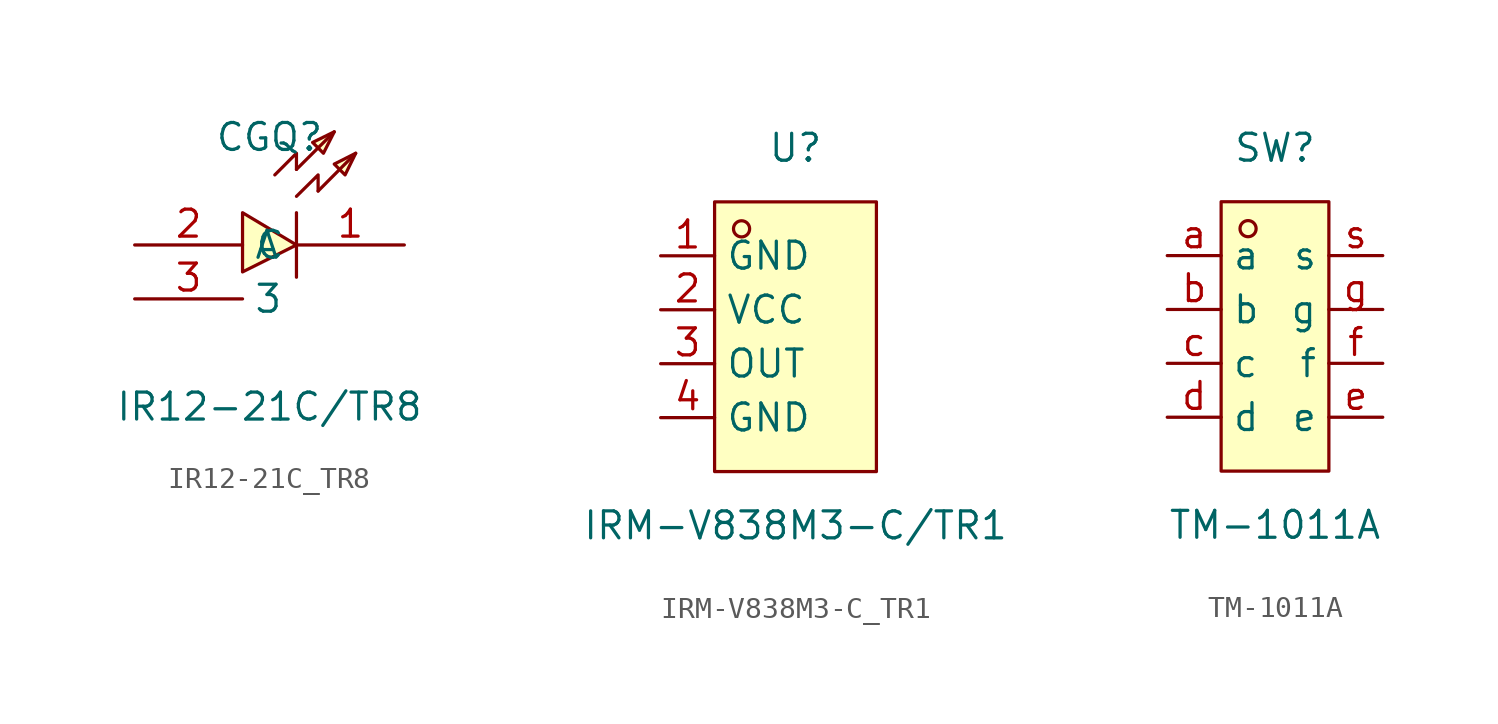
<source format=kicad_sym>
(kicad_symbol_lib
  (version 20211014)
  (generator https://github.com/uPesy/easyeda2kicad.py)
  (symbol "IR12-21C_TR8"
    (property "Reference" "CGQ"
      (at 0 3.81 0)
      (effects (font (size 1.27 1.27))))
    (property "Value" "IR12-21C/TR8"
      (at 0 -8.89 0)
      (effects (font (size 1.27 1.27))))
    (symbol "IR12-21C_TR8_0_1"
      (polyline (pts (xy 2.29 1.27) (xy 4.06 3.05)) (stroke (width 0) (type default) (color 0 0 0 0)) (fill (type none)))
      (polyline (pts (xy 1.27 2.29) (xy 3.05 4.06)) (stroke (width 0) (type default) (color 0 0 0 0)) (fill (type none)))
      (polyline (pts (xy 1.27 0.25) (xy 1.27 -2.79)) (stroke (width 0) (type default) (color 0 0 0 0)) (fill (type none)))
      (polyline (pts (xy 1.27 2.29) (xy 1.27 3.05) (xy 0.25 2.03)) (stroke (width 0) (type default) (color 0 0 0 0)) (fill (type none)))
      (polyline (pts (xy 2.29 1.27) (xy 2.29 2.03) (xy 1.27 1.02)) (stroke (width 0) (type default) (color 0 0 0 0)) (fill (type none)))
      (polyline (pts (xy -1.27 -2.54) (xy 1.27 -1.27) (xy -1.27 0.25) (xy -1.27 -2.54)) (stroke (width 0) (type default) (color 0 0 0 0)) (fill (type background)))
      (polyline (pts (xy 4.06 3.05) (xy 3.05 2.54) (xy 3.56 2.03) (xy 4.06 3.05)) (stroke (width 0) (type default) (color 0 0 0 0)) (fill (type background)))
      (polyline (pts (xy 3.05 4.06) (xy 2.03 3.56) (xy 2.54 3.05) (xy 3.05 4.06)) (stroke (width 0) (type default) (color 0 0 0 0)) (fill (type background)))
      (pin input line (at -6.35 -1.27 0) (length 5.08) (name "A" (effects (font (size 1.27 1.27)))) (number "2" (effects (font (size 1.27 1.27)))))
      (pin input line (at 6.35 -1.27 180) (length 5.08) (name "C" (effects (font (size 1.27 1.27)))) (number "1" (effects (font (size 1.27 1.27)))))
      (pin input line (at -6.35 -3.81 0) (length 5.08) (name "3" (effects (font (size 1.27 1.27)))) (number "3" (effects (font (size 1.27 1.27)))))))
  (symbol "IRM-V838M3-C_TR1"
    (property "Reference" "U"
      (at 0 8.89 0)
      (effects (font (size 1.27 1.27))))
    (property "Value" "IRM-V838M3-C/TR1"
      (at 0 -8.89 0)
      (effects (font (size 1.27 1.27))))
    (symbol "IRM-V838M3-C_TR1_0_1"
      (rectangle (start -3.81 6.35) (end 3.81 -6.35) (stroke (width 0) (type default) (color 0 0 0 0)) (fill (type background)))
      (circle (center -2.54 5.08) (radius 0.38) (stroke (width 0) (type default) (color 0 0 0 0)) (fill (type none)))
      (pin unspecified line (at -6.35 3.81 0) (length 2.54) (name "GND" (effects (font (size 1.27 1.27)))) (number "1" (effects (font (size 1.27 1.27)))))
      (pin unspecified line (at -6.35 1.27 0) (length 2.54) (name "VCC" (effects (font (size 1.27 1.27)))) (number "2" (effects (font (size 1.27 1.27)))))
      (pin unspecified line (at -6.35 -1.27 0) (length 2.54) (name "OUT" (effects (font (size 1.27 1.27)))) (number "3" (effects (font (size 1.27 1.27)))))
      (pin unspecified line (at -6.35 -3.81 0) (length 2.54) (name "GND" (effects (font (size 1.27 1.27)))) (number "4" (effects (font (size 1.27 1.27)))))))
  (symbol "TM-1011A"
    (property "Reference" "SW"
      (at 0 8.89 0)
      (effects (font (size 1.27 1.27))))
    (property "Value" "TM-1011A"
      (at 0 -8.89 0)
      (effects (font (size 1.27 1.27))))
    (symbol "TM-1011A_0_1"
      (rectangle (start -2.54 6.35) (end 2.54 -6.35) (stroke (width 0) (type default) (color 0 0 0 0)) (fill (type background)))
      (circle (center -1.27 5.08) (radius 0.38) (stroke (width 0) (type default) (color 0 0 0 0)) (fill (type none)))
      (pin unspecified line (at -5.08 3.81 0) (length 2.54) (name "a" (effects (font (size 1.27 1.27)))) (number "a" (effects (font (size 1.27 1.27)))))
      (pin unspecified line (at -5.08 1.27 0) (length 2.54) (name "b" (effects (font (size 1.27 1.27)))) (number "b" (effects (font (size 1.27 1.27)))))
      (pin unspecified line (at -5.08 -1.27 0) (length 2.54) (name "c" (effects (font (size 1.27 1.27)))) (number "c" (effects (font (size 1.27 1.27)))))
      (pin unspecified line (at -5.08 -3.81 0) (length 2.54) (name "d" (effects (font (size 1.27 1.27)))) (number "d" (effects (font (size 1.27 1.27)))))
      (pin unspecified line (at 5.08 -3.81 180) (length 2.54) (name "e" (effects (font (size 1.27 1.27)))) (number "e" (effects (font (size 1.27 1.27)))))
      (pin unspecified line (at 5.08 -1.27 180) (length 2.54) (name "f" (effects (font (size 1.27 1.27)))) (number "f" (effects (font (size 1.27 1.27)))))
      (pin unspecified line (at 5.08 1.27 180) (length 2.54) (name "g" (effects (font (size 1.27 1.27)))) (number "g" (effects (font (size 1.27 1.27)))))
      (pin unspecified line (at 5.08 3.81 180) (length 2.54) (name "s" (effects (font (size 1.27 1.27)))) (number "s" (effects (font (size 1.27 1.27))))))))
</source>
